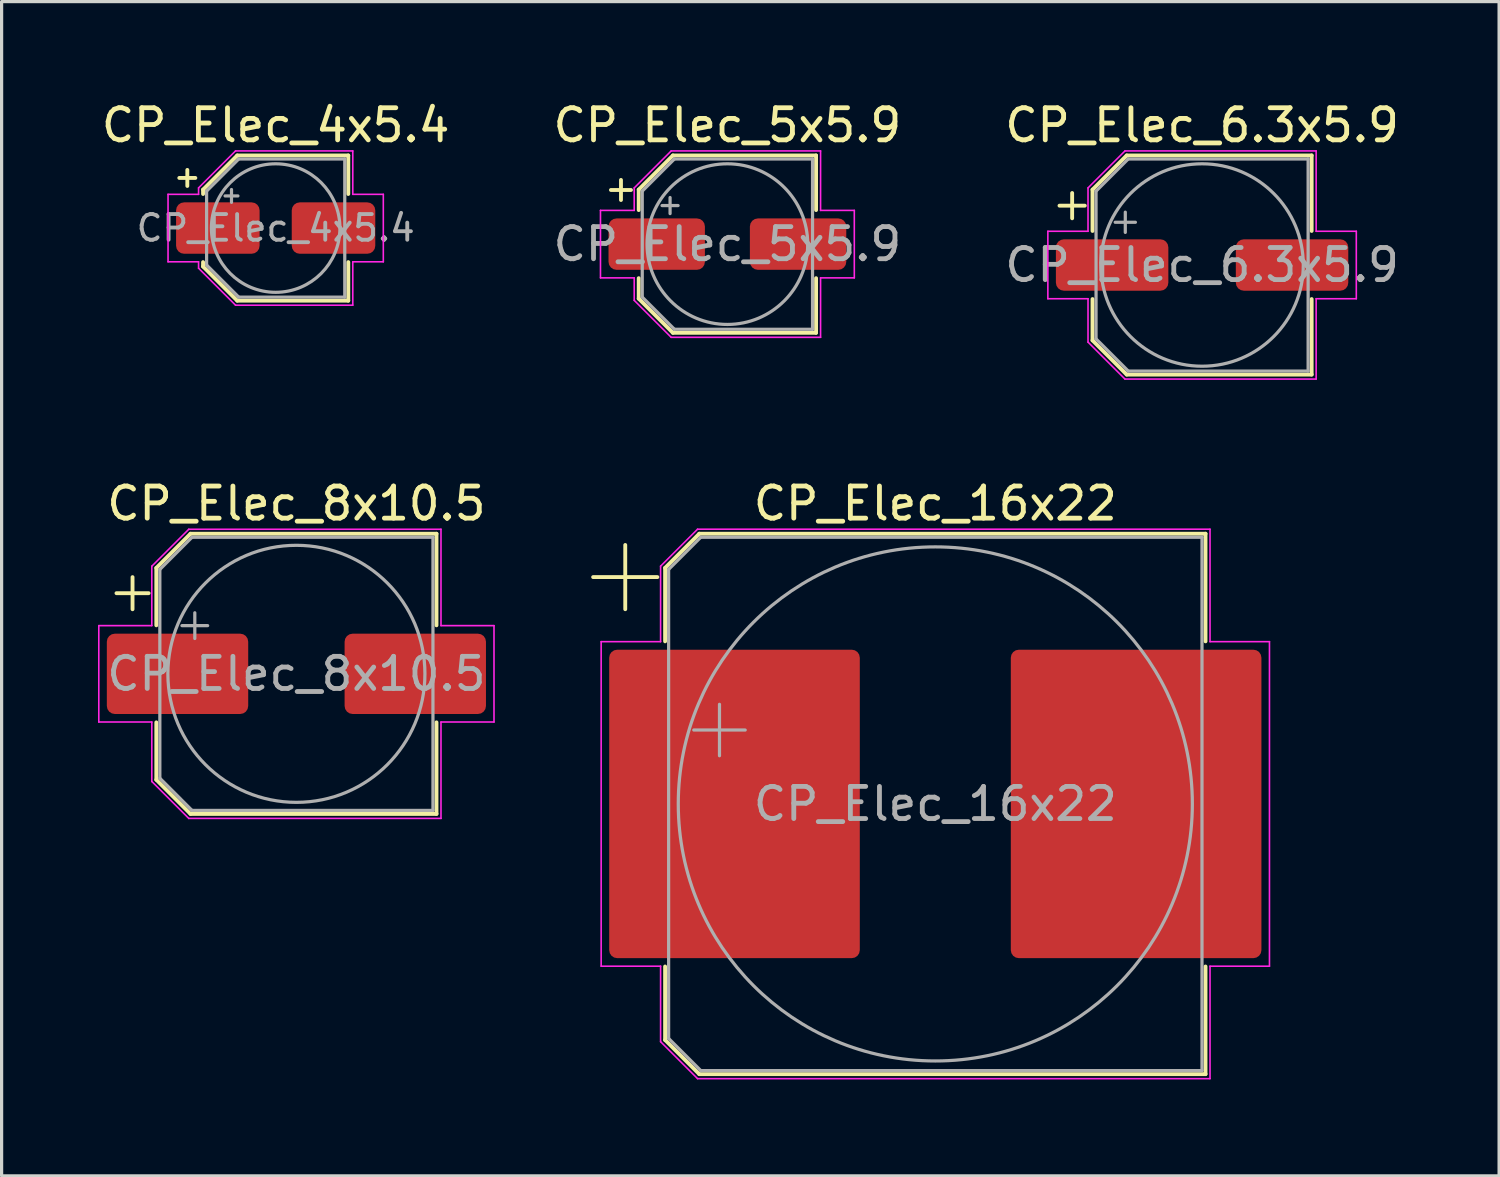
<source format=kicad_pcb>
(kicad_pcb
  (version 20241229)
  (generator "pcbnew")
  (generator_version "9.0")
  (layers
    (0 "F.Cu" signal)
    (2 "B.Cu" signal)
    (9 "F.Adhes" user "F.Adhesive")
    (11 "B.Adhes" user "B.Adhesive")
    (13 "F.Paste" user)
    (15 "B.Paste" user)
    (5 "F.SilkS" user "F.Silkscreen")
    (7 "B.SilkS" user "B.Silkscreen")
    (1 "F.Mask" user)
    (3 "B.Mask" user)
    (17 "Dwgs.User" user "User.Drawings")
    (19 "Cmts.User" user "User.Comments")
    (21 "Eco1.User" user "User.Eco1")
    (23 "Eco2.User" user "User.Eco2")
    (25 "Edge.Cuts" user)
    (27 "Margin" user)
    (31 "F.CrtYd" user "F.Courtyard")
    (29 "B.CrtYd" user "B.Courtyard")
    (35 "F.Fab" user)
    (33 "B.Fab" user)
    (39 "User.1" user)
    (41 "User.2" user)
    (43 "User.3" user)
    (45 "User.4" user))
  (footprint "CP_Elec_8x10.5"
    (layer "F.Cu")
    (at 6.175 17.922)
    (property "Reference" "CP_Elec_8x10.5" (at 0 -5.3 0) (layer "F.SilkS") (effects (font (size 1 1) (thickness 0.15))))
    (attr smd)
    (fp_line (start -5.6 -2.51) (end -4.6 -2.51) (stroke (width 0.12) (type solid)) (layer "F.SilkS"))
    (fp_line (start -5.1 -3.01) (end -5.1 -2.01) (stroke (width 0.12) (type solid)) (layer "F.SilkS"))
    (fp_line (start -4.36 -3.296) (end -4.36 -1.51) (stroke (width 0.12) (type solid)) (layer "F.SilkS"))
    (fp_line (start -4.36 -3.296) (end -3.296 -4.36) (stroke (width 0.12) (type solid)) (layer "F.SilkS"))
    (fp_line (start -4.36 3.296) (end -4.36 1.51) (stroke (width 0.12) (type solid)) (layer "F.SilkS"))
    (fp_line (start -4.36 3.296) (end -3.296 4.36) (stroke (width 0.12) (type solid)) (layer "F.SilkS"))
    (fp_line (start -3.296 -4.36) (end 4.36 -4.36) (stroke (width 0.12) (type solid)) (layer "F.SilkS"))
    (fp_line (start -3.296 4.36) (end 4.36 4.36) (stroke (width 0.12) (type solid)) (layer "F.SilkS"))
    (fp_line (start 4.36 -4.36) (end 4.36 -1.51) (stroke (width 0.12) (type solid)) (layer "F.SilkS"))
    (fp_line (start 4.36 4.36) (end 4.36 1.51) (stroke (width 0.12) (type solid)) (layer "F.SilkS"))
    (fp_line (start -6.15 -1.5) (end -6.15 1.5) (stroke (width 0.05) (type solid)) (layer "F.CrtYd"))
    (fp_line (start -6.15 1.5) (end -4.5 1.5) (stroke (width 0.05) (type solid)) (layer "F.CrtYd"))
    (fp_line (start -4.5 -3.35) (end -4.5 -1.5) (stroke (width 0.05) (type solid)) (layer "F.CrtYd"))
    (fp_line (start -4.5 -3.35) (end -3.35 -4.5) (stroke (width 0.05) (type solid)) (layer "F.CrtYd"))
    (fp_line (start -4.5 -1.5) (end -6.15 -1.5) (stroke (width 0.05) (type solid)) (layer "F.CrtYd"))
    (fp_line (start -4.5 1.5) (end -4.5 3.35) (stroke (width 0.05) (type solid)) (layer "F.CrtYd"))
    (fp_line (start -4.5 3.35) (end -3.35 4.5) (stroke (width 0.05) (type solid)) (layer "F.CrtYd"))
    (fp_line (start -3.35 -4.5) (end 4.5 -4.5) (stroke (width 0.05) (type solid)) (layer "F.CrtYd"))
    (fp_line (start -3.35 4.5) (end 4.5 4.5) (stroke (width 0.05) (type solid)) (layer "F.CrtYd"))
    (fp_line (start 4.5 -4.5) (end 4.5 -1.5) (stroke (width 0.05) (type solid)) (layer "F.CrtYd"))
    (fp_line (start 4.5 -1.5) (end 6.15 -1.5) (stroke (width 0.05) (type solid)) (layer "F.CrtYd"))
    (fp_line (start 4.5 1.5) (end 4.5 4.5) (stroke (width 0.05) (type solid)) (layer "F.CrtYd"))
    (fp_line (start 6.15 -1.5) (end 6.15 1.5) (stroke (width 0.05) (type solid)) (layer "F.CrtYd"))
    (fp_line (start 6.15 1.5) (end 4.5 1.5) (stroke (width 0.05) (type solid)) (layer "F.CrtYd"))
    (fp_line (start -4.25 -3.25) (end -4.25 3.25) (stroke (width 0.1) (type solid)) (layer "F.Fab"))
    (fp_line (start -4.25 -3.25) (end -3.25 -4.25) (stroke (width 0.1) (type solid)) (layer "F.Fab"))
    (fp_line (start -4.25 3.25) (end -3.25 4.25) (stroke (width 0.1) (type solid)) (layer "F.Fab"))
    (fp_line (start -3.562 -1.5) (end -2.762 -1.5) (stroke (width 0.1) (type solid)) (layer "F.Fab"))
    (fp_line (start -3.25 -4.25) (end 4.25 -4.25) (stroke (width 0.1) (type solid)) (layer "F.Fab"))
    (fp_line (start -3.25 4.25) (end 4.25 4.25) (stroke (width 0.1) (type solid)) (layer "F.Fab"))
    (fp_line (start -3.162 -1.9) (end -3.162 -1.1) (stroke (width 0.1) (type solid)) (layer "F.Fab"))
    (fp_line (start 4.25 -4.25) (end 4.25 4.25) (stroke (width 0.1) (type solid)) (layer "F.Fab"))
    (fp_circle (center 0 0) (end 4 0) (stroke (width 0.1) (type solid)) (fill no) (layer "F.Fab"))
    (fp_text user "${REFERENCE}" (at 0 0 0) (layer "F.Fab") (effects (font (size 1 1) (thickness 0.15))))
    (pad "1" smd roundrect (at -3.7 0) (size 4.4 2.5) (layers "F.Cu" "F.Mask" "F.Paste") (roundrect_rratio 0.1))
    (pad "2" smd roundrect (at 3.7 0) (size 4.4 2.5) (layers "F.Cu" "F.Mask" "F.Paste") (roundrect_rratio 0.1)))
  (footprint "CP_Elec_16x22"
    (layer "F.Cu")
    (at 26.06 21.971)
    (property "Reference" "CP_Elec_16x22" (at 0 -9.35 0) (layer "F.SilkS") (effects (font (size 1 1) (thickness 0.15))))
    (attr smd)
    (fp_line (start -10.65 -7.06) (end -8.65 -7.06) (stroke (width 0.12) (type solid)) (layer "F.SilkS"))
    (fp_line (start -9.65 -8.06) (end -9.65 -6.06) (stroke (width 0.12) (type solid)) (layer "F.SilkS"))
    (fp_line (start -8.41 -7.346) (end -8.41 -5.06) (stroke (width 0.12) (type solid)) (layer "F.SilkS"))
    (fp_line (start -8.41 -7.346) (end -7.346 -8.41) (stroke (width 0.12) (type solid)) (layer "F.SilkS"))
    (fp_line (start -8.41 7.346) (end -8.41 5.06) (stroke (width 0.12) (type solid)) (layer "F.SilkS"))
    (fp_line (start -8.41 7.346) (end -7.346 8.41) (stroke (width 0.12) (type solid)) (layer "F.SilkS"))
    (fp_line (start -7.346 -8.41) (end 8.41 -8.41) (stroke (width 0.12) (type solid)) (layer "F.SilkS"))
    (fp_line (start -7.346 8.41) (end 8.41 8.41) (stroke (width 0.12) (type solid)) (layer "F.SilkS"))
    (fp_line (start 8.41 -8.41) (end 8.41 -5.06) (stroke (width 0.12) (type solid)) (layer "F.SilkS"))
    (fp_line (start 8.41 8.41) (end 8.41 5.06) (stroke (width 0.12) (type solid)) (layer "F.SilkS"))
    (fp_line (start -10.4 -5.05) (end -10.4 5.05) (stroke (width 0.05) (type solid)) (layer "F.CrtYd"))
    (fp_line (start -10.4 5.05) (end -8.55 5.05) (stroke (width 0.05) (type solid)) (layer "F.CrtYd"))
    (fp_line (start -8.55 -7.4) (end -8.55 -5.05) (stroke (width 0.05) (type solid)) (layer "F.CrtYd"))
    (fp_line (start -8.55 -7.4) (end -7.4 -8.55) (stroke (width 0.05) (type solid)) (layer "F.CrtYd"))
    (fp_line (start -8.55 -5.05) (end -10.4 -5.05) (stroke (width 0.05) (type solid)) (layer "F.CrtYd"))
    (fp_line (start -8.55 5.05) (end -8.55 7.4) (stroke (width 0.05) (type solid)) (layer "F.CrtYd"))
    (fp_line (start -8.55 7.4) (end -7.4 8.55) (stroke (width 0.05) (type solid)) (layer "F.CrtYd"))
    (fp_line (start -7.4 -8.55) (end 8.55 -8.55) (stroke (width 0.05) (type solid)) (layer "F.CrtYd"))
    (fp_line (start -7.4 8.55) (end 8.55 8.55) (stroke (width 0.05) (type solid)) (layer "F.CrtYd"))
    (fp_line (start 8.55 -8.55) (end 8.55 -5.05) (stroke (width 0.05) (type solid)) (layer "F.CrtYd"))
    (fp_line (start 8.55 -5.05) (end 10.4 -5.05) (stroke (width 0.05) (type solid)) (layer "F.CrtYd"))
    (fp_line (start 8.55 5.05) (end 8.55 8.55) (stroke (width 0.05) (type solid)) (layer "F.CrtYd"))
    (fp_line (start 10.4 -5.05) (end 10.4 5.05) (stroke (width 0.05) (type solid)) (layer "F.CrtYd"))
    (fp_line (start 10.4 5.05) (end 8.55 5.05) (stroke (width 0.05) (type solid)) (layer "F.CrtYd"))
    (fp_line (start -8.3 -7.3) (end -8.3 7.3) (stroke (width 0.1) (type solid)) (layer "F.Fab"))
    (fp_line (start -8.3 -7.3) (end -7.3 -8.3) (stroke (width 0.1) (type solid)) (layer "F.Fab"))
    (fp_line (start -8.3 7.3) (end -7.3 8.3) (stroke (width 0.1) (type solid)) (layer "F.Fab"))
    (fp_line (start -7.517 -2.3) (end -5.917 -2.3) (stroke (width 0.1) (type solid)) (layer "F.Fab"))
    (fp_line (start -7.3 -8.3) (end 8.3 -8.3) (stroke (width 0.1) (type solid)) (layer "F.Fab"))
    (fp_line (start -7.3 8.3) (end 8.3 8.3) (stroke (width 0.1) (type solid)) (layer "F.Fab"))
    (fp_line (start -6.717 -3.1) (end -6.717 -1.5) (stroke (width 0.1) (type solid)) (layer "F.Fab"))
    (fp_line (start 8.3 -8.3) (end 8.3 8.3) (stroke (width 0.1) (type solid)) (layer "F.Fab"))
    (fp_circle (center 0 0) (end 8 0) (stroke (width 0.1) (type solid)) (fill no) (layer "F.Fab"))
    (fp_text user "${REFERENCE}" (at 0 0 0) (layer "F.Fab") (effects (font (size 1 1) (thickness 0.15))))
    (pad "1" smd roundrect (at -6.25 0) (size 7.8 9.6) (layers "F.Cu" "F.Mask" "F.Paste") (roundrect_rratio 0.032))
    (pad "2" smd roundrect (at 6.25 0) (size 7.8 9.6) (layers "F.Cu" "F.Mask" "F.Paste") (roundrect_rratio 0.032)))
  (footprint "CP_Elec_5x5.9"
    (layer "F.Cu")
    (at 19.589 4.548)
    (property "Reference" "CP_Elec_5x5.9" (at 0 -3.7 0) (layer "F.SilkS") (effects (font (size 1 1) (thickness 0.15))))
    (attr smd)
    (fp_line (start -3.625 -1.685) (end -3 -1.685) (stroke (width 0.12) (type solid)) (layer "F.SilkS"))
    (fp_line (start -3.312 -1.998) (end -3.312 -1.373) (stroke (width 0.12) (type solid)) (layer "F.SilkS"))
    (fp_line (start -2.76 -1.696) (end -2.76 -1.06) (stroke (width 0.12) (type solid)) (layer "F.SilkS"))
    (fp_line (start -2.76 -1.696) (end -1.696 -2.76) (stroke (width 0.12) (type solid)) (layer "F.SilkS"))
    (fp_line (start -2.76 1.696) (end -2.76 1.06) (stroke (width 0.12) (type solid)) (layer "F.SilkS"))
    (fp_line (start -2.76 1.696) (end -1.696 2.76) (stroke (width 0.12) (type solid)) (layer "F.SilkS"))
    (fp_line (start -1.696 -2.76) (end 2.76 -2.76) (stroke (width 0.12) (type solid)) (layer "F.SilkS"))
    (fp_line (start -1.696 2.76) (end 2.76 2.76) (stroke (width 0.12) (type solid)) (layer "F.SilkS"))
    (fp_line (start 2.76 -2.76) (end 2.76 -1.06) (stroke (width 0.12) (type solid)) (layer "F.SilkS"))
    (fp_line (start 2.76 2.76) (end 2.76 1.06) (stroke (width 0.12) (type solid)) (layer "F.SilkS"))
    (fp_line (start -3.95 -1.05) (end -3.95 1.05) (stroke (width 0.05) (type solid)) (layer "F.CrtYd"))
    (fp_line (start -3.95 1.05) (end -2.9 1.05) (stroke (width 0.05) (type solid)) (layer "F.CrtYd"))
    (fp_line (start -2.9 -1.75) (end -2.9 -1.05) (stroke (width 0.05) (type solid)) (layer "F.CrtYd"))
    (fp_line (start -2.9 -1.75) (end -1.75 -2.9) (stroke (width 0.05) (type solid)) (layer "F.CrtYd"))
    (fp_line (start -2.9 -1.05) (end -3.95 -1.05) (stroke (width 0.05) (type solid)) (layer "F.CrtYd"))
    (fp_line (start -2.9 1.05) (end -2.9 1.75) (stroke (width 0.05) (type solid)) (layer "F.CrtYd"))
    (fp_line (start -2.9 1.75) (end -1.75 2.9) (stroke (width 0.05) (type solid)) (layer "F.CrtYd"))
    (fp_line (start -1.75 -2.9) (end 2.9 -2.9) (stroke (width 0.05) (type solid)) (layer "F.CrtYd"))
    (fp_line (start -1.75 2.9) (end 2.9 2.9) (stroke (width 0.05) (type solid)) (layer "F.CrtYd"))
    (fp_line (start 2.9 -2.9) (end 2.9 -1.05) (stroke (width 0.05) (type solid)) (layer "F.CrtYd"))
    (fp_line (start 2.9 -1.05) (end 3.95 -1.05) (stroke (width 0.05) (type solid)) (layer "F.CrtYd"))
    (fp_line (start 2.9 1.05) (end 2.9 2.9) (stroke (width 0.05) (type solid)) (layer "F.CrtYd"))
    (fp_line (start 3.95 -1.05) (end 3.95 1.05) (stroke (width 0.05) (type solid)) (layer "F.CrtYd"))
    (fp_line (start 3.95 1.05) (end 2.9 1.05) (stroke (width 0.05) (type solid)) (layer "F.CrtYd"))
    (fp_line (start -2.65 -1.65) (end -2.65 1.65) (stroke (width 0.1) (type solid)) (layer "F.Fab"))
    (fp_line (start -2.65 -1.65) (end -1.65 -2.65) (stroke (width 0.1) (type solid)) (layer "F.Fab"))
    (fp_line (start -2.65 1.65) (end -1.65 2.65) (stroke (width 0.1) (type solid)) (layer "F.Fab"))
    (fp_line (start -2.034 -1.2) (end -1.534 -1.2) (stroke (width 0.1) (type solid)) (layer "F.Fab"))
    (fp_line (start -1.784 -1.45) (end -1.784 -0.95) (stroke (width 0.1) (type solid)) (layer "F.Fab"))
    (fp_line (start -1.65 -2.65) (end 2.65 -2.65) (stroke (width 0.1) (type solid)) (layer "F.Fab"))
    (fp_line (start -1.65 2.65) (end 2.65 2.65) (stroke (width 0.1) (type solid)) (layer "F.Fab"))
    (fp_line (start 2.65 -2.65) (end 2.65 2.65) (stroke (width 0.1) (type solid)) (layer "F.Fab"))
    (fp_circle (center 0 0) (end 2.5 0) (stroke (width 0.1) (type solid)) (fill no) (layer "F.Fab"))
    (fp_text user "${REFERENCE}" (at 0 0 0) (layer "F.Fab") (effects (font (size 1 1) (thickness 0.15))))
    (pad "1" smd roundrect (at -2.2 0) (size 3 1.6) (layers "F.Cu" "F.Mask" "F.Paste") (roundrect_rratio 0.156))
    (pad "2" smd roundrect (at 2.2 0) (size 3 1.6) (layers "F.Cu" "F.Mask" "F.Paste") (roundrect_rratio 0.156)))
  (footprint "CP_Elec_4x5.4"
    (layer "F.Cu")
    (at 5.53 4.048)
    (property "Reference" "CP_Elec_4x5.4" (at 0 -3.2 0) (layer "F.SilkS") (effects (font (size 1 1) (thickness 0.15))))
    (attr smd)
    (fp_line (start -3 -1.56) (end -2.5 -1.56) (stroke (width 0.12) (type solid)) (layer "F.SilkS"))
    (fp_line (start -2.75 -1.81) (end -2.75 -1.31) (stroke (width 0.12) (type solid)) (layer "F.SilkS"))
    (fp_line (start -2.26 -1.196) (end -2.26 -1.06) (stroke (width 0.12) (type solid)) (layer "F.SilkS"))
    (fp_line (start -2.26 -1.196) (end -1.196 -2.26) (stroke (width 0.12) (type solid)) (layer "F.SilkS"))
    (fp_line (start -2.26 1.196) (end -2.26 1.06) (stroke (width 0.12) (type solid)) (layer "F.SilkS"))
    (fp_line (start -2.26 1.196) (end -1.196 2.26) (stroke (width 0.12) (type solid)) (layer "F.SilkS"))
    (fp_line (start -1.196 -2.26) (end 2.26 -2.26) (stroke (width 0.12) (type solid)) (layer "F.SilkS"))
    (fp_line (start -1.196 2.26) (end 2.26 2.26) (stroke (width 0.12) (type solid)) (layer "F.SilkS"))
    (fp_line (start 2.26 -2.26) (end 2.26 -1.06) (stroke (width 0.12) (type solid)) (layer "F.SilkS"))
    (fp_line (start 2.26 2.26) (end 2.26 1.06) (stroke (width 0.12) (type solid)) (layer "F.SilkS"))
    (fp_line (start -3.35 -1.05) (end -3.35 1.05) (stroke (width 0.05) (type solid)) (layer "F.CrtYd"))
    (fp_line (start -3.35 1.05) (end -2.4 1.05) (stroke (width 0.05) (type solid)) (layer "F.CrtYd"))
    (fp_line (start -2.4 -1.25) (end -2.4 -1.05) (stroke (width 0.05) (type solid)) (layer "F.CrtYd"))
    (fp_line (start -2.4 -1.25) (end -1.25 -2.4) (stroke (width 0.05) (type solid)) (layer "F.CrtYd"))
    (fp_line (start -2.4 -1.05) (end -3.35 -1.05) (stroke (width 0.05) (type solid)) (layer "F.CrtYd"))
    (fp_line (start -2.4 1.05) (end -2.4 1.25) (stroke (width 0.05) (type solid)) (layer "F.CrtYd"))
    (fp_line (start -2.4 1.25) (end -1.25 2.4) (stroke (width 0.05) (type solid)) (layer "F.CrtYd"))
    (fp_line (start -1.25 -2.4) (end 2.4 -2.4) (stroke (width 0.05) (type solid)) (layer "F.CrtYd"))
    (fp_line (start -1.25 2.4) (end 2.4 2.4) (stroke (width 0.05) (type solid)) (layer "F.CrtYd"))
    (fp_line (start 2.4 -2.4) (end 2.4 -1.05) (stroke (width 0.05) (type solid)) (layer "F.CrtYd"))
    (fp_line (start 2.4 -1.05) (end 3.35 -1.05) (stroke (width 0.05) (type solid)) (layer "F.CrtYd"))
    (fp_line (start 2.4 1.05) (end 2.4 2.4) (stroke (width 0.05) (type solid)) (layer "F.CrtYd"))
    (fp_line (start 3.35 -1.05) (end 3.35 1.05) (stroke (width 0.05) (type solid)) (layer "F.CrtYd"))
    (fp_line (start 3.35 1.05) (end 2.4 1.05) (stroke (width 0.05) (type solid)) (layer "F.CrtYd"))
    (fp_line (start -2.15 -1.15) (end -2.15 1.15) (stroke (width 0.1) (type solid)) (layer "F.Fab"))
    (fp_line (start -2.15 -1.15) (end -1.15 -2.15) (stroke (width 0.1) (type solid)) (layer "F.Fab"))
    (fp_line (start -2.15 1.15) (end -1.15 2.15) (stroke (width 0.1) (type solid)) (layer "F.Fab"))
    (fp_line (start -1.575 -1) (end -1.175 -1) (stroke (width 0.1) (type solid)) (layer "F.Fab"))
    (fp_line (start -1.375 -1.2) (end -1.375 -0.8) (stroke (width 0.1) (type solid)) (layer "F.Fab"))
    (fp_line (start -1.15 -2.15) (end 2.15 -2.15) (stroke (width 0.1) (type solid)) (layer "F.Fab"))
    (fp_line (start -1.15 2.15) (end 2.15 2.15) (stroke (width 0.1) (type solid)) (layer "F.Fab"))
    (fp_line (start 2.15 -2.15) (end 2.15 2.15) (stroke (width 0.1) (type solid)) (layer "F.Fab"))
    (fp_circle (center 0 0) (end 2 0) (stroke (width 0.1) (type solid)) (fill no) (layer "F.Fab"))
    (fp_text user "${REFERENCE}" (at 0 0 0) (layer "F.Fab") (effects (font (size 0.8 0.8) (thickness 0.12))))
    (pad "1" smd roundrect (at -1.8 0) (size 2.6 1.6) (layers "F.Cu" "F.Mask" "F.Paste") (roundrect_rratio 0.156))
    (pad "2" smd roundrect (at 1.8 0) (size 2.6 1.6) (layers "F.Cu" "F.Mask" "F.Paste") (roundrect_rratio 0.156)))
  (footprint "CP_Elec_6.3x5.9"
    (layer "F.Cu")
    (at 34.363 5.198)
    (property "Reference" "CP_Elec_6.3x5.9" (at 0 -4.35 0) (layer "F.SilkS") (effects (font (size 1 1) (thickness 0.15))))
    (attr smd)
    (fp_line (start -4.438 -1.847) (end -3.65 -1.847) (stroke (width 0.12) (type solid)) (layer "F.SilkS"))
    (fp_line (start -4.044 -2.241) (end -4.044 -1.454) (stroke (width 0.12) (type solid)) (layer "F.SilkS"))
    (fp_line (start -3.41 -2.346) (end -3.41 -1.06) (stroke (width 0.12) (type solid)) (layer "F.SilkS"))
    (fp_line (start -3.41 -2.346) (end -2.346 -3.41) (stroke (width 0.12) (type solid)) (layer "F.SilkS"))
    (fp_line (start -3.41 2.346) (end -3.41 1.06) (stroke (width 0.12) (type solid)) (layer "F.SilkS"))
    (fp_line (start -3.41 2.346) (end -2.346 3.41) (stroke (width 0.12) (type solid)) (layer "F.SilkS"))
    (fp_line (start -2.346 -3.41) (end 3.41 -3.41) (stroke (width 0.12) (type solid)) (layer "F.SilkS"))
    (fp_line (start -2.346 3.41) (end 3.41 3.41) (stroke (width 0.12) (type solid)) (layer "F.SilkS"))
    (fp_line (start 3.41 -3.41) (end 3.41 -1.06) (stroke (width 0.12) (type solid)) (layer "F.SilkS"))
    (fp_line (start 3.41 3.41) (end 3.41 1.06) (stroke (width 0.12) (type solid)) (layer "F.SilkS"))
    (fp_line (start -4.8 -1.05) (end -4.8 1.05) (stroke (width 0.05) (type solid)) (layer "F.CrtYd"))
    (fp_line (start -4.8 1.05) (end -3.55 1.05) (stroke (width 0.05) (type solid)) (layer "F.CrtYd"))
    (fp_line (start -3.55 -2.4) (end -3.55 -1.05) (stroke (width 0.05) (type solid)) (layer "F.CrtYd"))
    (fp_line (start -3.55 -2.4) (end -2.4 -3.55) (stroke (width 0.05) (type solid)) (layer "F.CrtYd"))
    (fp_line (start -3.55 -1.05) (end -4.8 -1.05) (stroke (width 0.05) (type solid)) (layer "F.CrtYd"))
    (fp_line (start -3.55 1.05) (end -3.55 2.4) (stroke (width 0.05) (type solid)) (layer "F.CrtYd"))
    (fp_line (start -3.55 2.4) (end -2.4 3.55) (stroke (width 0.05) (type solid)) (layer "F.CrtYd"))
    (fp_line (start -2.4 -3.55) (end 3.55 -3.55) (stroke (width 0.05) (type solid)) (layer "F.CrtYd"))
    (fp_line (start -2.4 3.55) (end 3.55 3.55) (stroke (width 0.05) (type solid)) (layer "F.CrtYd"))
    (fp_line (start 3.55 -3.55) (end 3.55 -1.05) (stroke (width 0.05) (type solid)) (layer "F.CrtYd"))
    (fp_line (start 3.55 -1.05) (end 4.8 -1.05) (stroke (width 0.05) (type solid)) (layer "F.CrtYd"))
    (fp_line (start 3.55 1.05) (end 3.55 3.55) (stroke (width 0.05) (type solid)) (layer "F.CrtYd"))
    (fp_line (start 4.8 -1.05) (end 4.8 1.05) (stroke (width 0.05) (type solid)) (layer "F.CrtYd"))
    (fp_line (start 4.8 1.05) (end 3.55 1.05) (stroke (width 0.05) (type solid)) (layer "F.CrtYd"))
    (fp_line (start -3.3 -2.3) (end -3.3 2.3) (stroke (width 0.1) (type solid)) (layer "F.Fab"))
    (fp_line (start -3.3 -2.3) (end -2.3 -3.3) (stroke (width 0.1) (type solid)) (layer "F.Fab"))
    (fp_line (start -3.3 2.3) (end -2.3 3.3) (stroke (width 0.1) (type solid)) (layer "F.Fab"))
    (fp_line (start -2.705 -1.33) (end -2.075 -1.33) (stroke (width 0.1) (type solid)) (layer "F.Fab"))
    (fp_line (start -2.39 -1.645) (end -2.39 -1.015) (stroke (width 0.1) (type solid)) (layer "F.Fab"))
    (fp_line (start -2.3 -3.3) (end 3.3 -3.3) (stroke (width 0.1) (type solid)) (layer "F.Fab"))
    (fp_line (start -2.3 3.3) (end 3.3 3.3) (stroke (width 0.1) (type solid)) (layer "F.Fab"))
    (fp_line (start 3.3 -3.3) (end 3.3 3.3) (stroke (width 0.1) (type solid)) (layer "F.Fab"))
    (fp_circle (center 0 0) (end 3.15 0) (stroke (width 0.1) (type solid)) (fill no) (layer "F.Fab"))
    (fp_text user "${REFERENCE}" (at 0 0 0) (layer "F.Fab") (effects (font (size 1 1) (thickness 0.15))))
    (pad "1" smd roundrect (at -2.8 0) (size 3.5 1.6) (layers "F.Cu" "F.Mask" "F.Paste") (roundrect_rratio 0.156))
    (pad "2" smd roundrect (at 2.8 0) (size 3.5 1.6) (layers "F.Cu" "F.Mask" "F.Paste") (roundrect_rratio 0.156)))
  (gr_rect
    (start -3 -3)
    (end 43.607 33.547)
    (stroke (width 0.1) (type default))
    (fill no)
    (layer "Edge.Cuts")))
</source>
